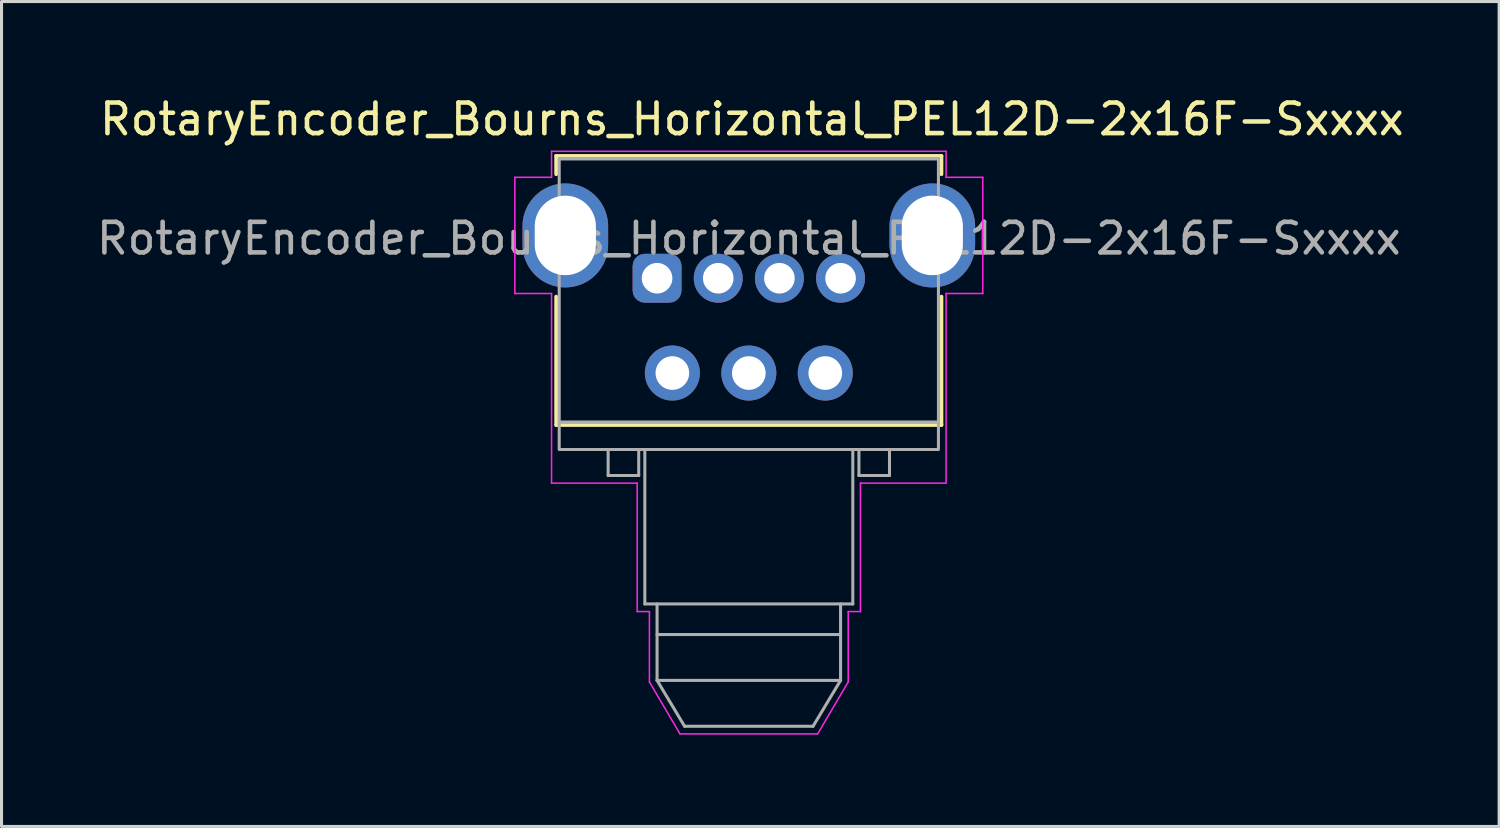
<source format=kicad_pcb>
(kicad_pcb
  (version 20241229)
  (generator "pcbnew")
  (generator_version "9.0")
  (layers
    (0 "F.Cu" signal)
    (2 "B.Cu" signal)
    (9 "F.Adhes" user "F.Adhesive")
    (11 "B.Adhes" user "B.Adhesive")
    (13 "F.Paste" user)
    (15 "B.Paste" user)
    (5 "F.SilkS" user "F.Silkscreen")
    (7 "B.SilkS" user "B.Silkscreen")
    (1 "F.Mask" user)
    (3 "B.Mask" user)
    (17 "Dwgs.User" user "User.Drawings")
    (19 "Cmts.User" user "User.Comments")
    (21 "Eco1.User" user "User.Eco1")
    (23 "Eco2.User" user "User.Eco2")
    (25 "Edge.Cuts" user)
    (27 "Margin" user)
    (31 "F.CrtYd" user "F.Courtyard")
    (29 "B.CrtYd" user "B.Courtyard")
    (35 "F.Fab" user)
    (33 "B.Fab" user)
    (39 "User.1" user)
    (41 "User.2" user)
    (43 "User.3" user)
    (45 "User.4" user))
  (footprint "RotaryEncoder_Bourns_Horizontal_PEL12D-2x16F-Sxxxx"
    (layer "F.Cu")
    (at 18.435 6.048)
    (property "Reference" "RotaryEncoder_Bourns_Horizontal_PEL12D-2x16F-Sxxxx" (at 3.1 -5.2 0) (layer "F.SilkS") (effects (font (size 1 1) (thickness 0.15))))
    (attr through_hole)
    (fp_line (start -3.3 -4) (end -3.3 -3.4) (stroke (width 0.12) (type default)) (layer "F.SilkS"))
    (fp_line (start -3.3 0.6) (end -3.3 4.8) (stroke (width 0.12) (type default)) (layer "F.SilkS"))
    (fp_line (start -3.3 4.8) (end 9.3 4.8) (stroke (width 0.12) (type default)) (layer "F.SilkS"))
    (fp_line (start 9.3 -4) (end -3.3 -4) (stroke (width 0.12) (type default)) (layer "F.SilkS"))
    (fp_line (start 9.3 -3.4) (end 9.3 -4) (stroke (width 0.12) (type default)) (layer "F.SilkS"))
    (fp_line (start 9.3 4.8) (end 9.3 0.6) (stroke (width 0.12) (type default)) (layer "F.SilkS"))
    (fp_line (start -4.65 -3.3) (end -4.65 0.5) (stroke (width 0.05) (type default)) (layer "F.CrtYd"))
    (fp_line (start -4.65 0.5) (end -3.45 0.5) (stroke (width 0.05) (type default)) (layer "F.CrtYd"))
    (fp_line (start -3.45 -4.15) (end -3.45 -3.3) (stroke (width 0.05) (type default)) (layer "F.CrtYd"))
    (fp_line (start -3.45 -3.3) (end -4.65 -3.3) (stroke (width 0.05) (type default)) (layer "F.CrtYd"))
    (fp_line (start -3.45 0.5) (end -3.45 6.7) (stroke (width 0.05) (type default)) (layer "F.CrtYd"))
    (fp_line (start -0.65 6.7) (end -3.45 6.7) (stroke (width 0.05) (type default)) (layer "F.CrtYd"))
    (fp_line (start -0.65 10.9) (end -0.65 6.7) (stroke (width 0.05) (type default)) (layer "F.CrtYd"))
    (fp_line (start -0.65 10.9) (end -0.25 10.9) (stroke (width 0.05) (type default)) (layer "F.CrtYd"))
    (fp_line (start -0.25 10.9) (end -0.25 13.2) (stroke (width 0.05) (type default)) (layer "F.CrtYd"))
    (fp_line (start -0.25 13.2) (end 0.75 14.9) (stroke (width 0.05) (type default)) (layer "F.CrtYd"))
    (fp_line (start 0.75 14.9) (end 5.25 14.9) (stroke (width 0.05) (type default)) (layer "F.CrtYd"))
    (fp_line (start 6.25 10.9) (end 6.65 10.9) (stroke (width 0.05) (type default)) (layer "F.CrtYd"))
    (fp_line (start 6.25 13.2) (end 5.25 14.9) (stroke (width 0.05) (type default)) (layer "F.CrtYd"))
    (fp_line (start 6.25 13.2) (end 6.25 10.9) (stroke (width 0.05) (type default)) (layer "F.CrtYd"))
    (fp_line (start 6.65 6.7) (end 9.45 6.7) (stroke (width 0.05) (type default)) (layer "F.CrtYd"))
    (fp_line (start 6.65 10.9) (end 6.65 6.7) (stroke (width 0.05) (type default)) (layer "F.CrtYd"))
    (fp_line (start 9.45 -4.15) (end -3.45 -4.15) (stroke (width 0.05) (type default)) (layer "F.CrtYd"))
    (fp_line (start 9.45 -3.3) (end 9.45 -4.15) (stroke (width 0.05) (type default)) (layer "F.CrtYd"))
    (fp_line (start 9.45 0.5) (end 10.65 0.5) (stroke (width 0.05) (type default)) (layer "F.CrtYd"))
    (fp_line (start 9.45 6.7) (end 9.45 0.5) (stroke (width 0.05) (type default)) (layer "F.CrtYd"))
    (fp_line (start 10.65 -3.3) (end 9.45 -3.3) (stroke (width 0.05) (type default)) (layer "F.CrtYd"))
    (fp_line (start 10.65 0.5) (end 10.65 -3.3) (stroke (width 0.05) (type default)) (layer "F.CrtYd"))
    (fp_line (start -1.6 5.65) (end -1.6 6.45) (stroke (width 0.1) (type default)) (layer "F.Fab"))
    (fp_line (start -1.6 6.45) (end -0.6 6.45) (stroke (width 0.1) (type default)) (layer "F.Fab"))
    (fp_line (start -0.6 6.45) (end -0.6 5.65) (stroke (width 0.1) (type default)) (layer "F.Fab"))
    (fp_line (start -0.4 10.65) (end -0.4 5.65) (stroke (width 0.1) (type default)) (layer "F.Fab"))
    (fp_line (start 0 13.15) (end 0 10.65) (stroke (width 0.1) (type default)) (layer "F.Fab"))
    (fp_line (start 0 13.15) (end 0.9 14.65) (stroke (width 0.1) (type default)) (layer "F.Fab"))
    (fp_line (start 0.9 14.65) (end 5.1 14.65) (stroke (width 0.1) (type default)) (layer "F.Fab"))
    (fp_line (start 6 10.65) (end 6 13.15) (stroke (width 0.1) (type default)) (layer "F.Fab"))
    (fp_line (start 6 11.65) (end 0 11.65) (stroke (width 0.1) (type default)) (layer "F.Fab"))
    (fp_line (start 6 13.15) (end 0 13.15) (stroke (width 0.1) (type default)) (layer "F.Fab"))
    (fp_line (start 6 13.15) (end 5.1 14.65) (stroke (width 0.1) (type default)) (layer "F.Fab"))
    (fp_line (start 6.4 5.65) (end 6.4 10.65) (stroke (width 0.1) (type default)) (layer "F.Fab"))
    (fp_line (start 6.4 10.65) (end -0.4 10.65) (stroke (width 0.1) (type default)) (layer "F.Fab"))
    (fp_line (start 6.6 6.45) (end 6.6 5.65) (stroke (width 0.1) (type default)) (layer "F.Fab"))
    (fp_line (start 7.6 5.65) (end 7.6 6.45) (stroke (width 0.1) (type default)) (layer "F.Fab"))
    (fp_line (start 7.6 6.45) (end 6.6 6.45) (stroke (width 0.1) (type default)) (layer "F.Fab"))
    (fp_line (start 9.2 4.7) (end -3.2 4.7) (stroke (width 0.1) (type default)) (layer "F.Fab"))
    (fp_rect (start -3.2 -3.9) (end 9.2 5.6) (stroke (width 0.1) (type default)) (fill no) (layer "F.Fab"))
    (fp_text user "${REFERENCE}" (at 3 -1.3 0) (layer "F.Fab") (effects (font (size 1 1) (thickness 0.15))))
    (pad "1" thru_hole roundrect (at 0 0 270) (size 1.6 1.6) (drill 1) (layers "*.Cu" "*.Mask") (roundrect_rratio 0.25))
    (pad "2" thru_hole circle (at 2 0 270) (size 1.6 1.6) (drill 1) (layers "*.Cu" "*.Mask"))
    (pad "3" thru_hole circle (at 4 0 270) (size 1.6 1.6) (drill 1) (layers "*.Cu" "*.Mask"))
    (pad "4" thru_hole circle (at 6 0 270) (size 1.6 1.6) (drill 1) (layers "*.Cu" "*.Mask"))
    (pad "A" thru_hole circle (at 0.5 3.1 270) (size 1.8 1.8) (drill 1.1) (layers "*.Cu" "*.Mask"))
    (pad "B" thru_hole circle (at 3 3.1 270) (size 1.8 1.8) (drill 1.1) (layers "*.Cu" "*.Mask"))
    (pad "C" thru_hole circle (at 5.5 3.1 270) (size 1.8 1.8) (drill 1.1) (layers "*.Cu" "*.Mask"))
    (pad "SH" thru_hole oval (at -3 -1.4 270) (size 3.4 2.8) (drill oval 2.6 2) (layers "*.Cu" "*.Mask"))
    (pad "SH" thru_hole oval (at 9 -1.4 270) (size 3.4 2.8) (drill oval 2.6 2) (layers "*.Cu" "*.Mask"))
    (zone (net_name "") (layer "F.Cu") (hatch edge 0.5) (connect_pads) (min_thickness 0.25) (filled_areas_thickness no) (keepout (tracks not_allowed) (vias not_allowed) (pads not_allowed) (copperpour allowed) (footprints allowed)) (placement (enabled no)) (fill) (polygon (pts (xy 15.735 2.848) (xy 15.735 1.948) (xy 15.035 1.948) (xy 15.035 2.848))))
    (zone (net_name "") (layer "F.Cu") (hatch edge 0.5) (connect_pads) (min_thickness 0.25) (filled_areas_thickness no) (keepout (tracks not_allowed) (vias not_allowed) (pads not_allowed) (copperpour allowed) (footprints allowed)) (placement (enabled no)) (fill) (polygon (pts (xy 27.835 2.848) (xy 27.835 1.948) (xy 27.135 1.948) (xy 27.135 2.848))))
    (zone (net_name "") (layers "F.Cu" "F.Fab") (hatch edge 0.5) (connect_pads) (min_thickness 0.25) (filled_areas_thickness no) (keepout (tracks not_allowed) (vias not_allowed) (pads not_allowed) (copperpour allowed) (footprints allowed)) (placement (enabled no)) (fill) (polygon (pts (xy 15.735 10.948) (xy 15.735 9.648) (xy 14.985 9.648) (xy 14.985 10.948))))
    (zone (net_name "") (layers "F.Cu" "F.Fab") (hatch edge 0.5) (connect_pads) (min_thickness 0.25) (filled_areas_thickness no) (keepout (tracks not_allowed) (vias not_allowed) (pads not_allowed) (copperpour allowed) (footprints allowed)) (placement (enabled no)) (fill) (polygon (pts (xy 27.885 10.948) (xy 27.885 9.648) (xy 27.135 9.648) (xy 27.135 10.948)))))
  (gr_rect
    (start -3 -3)
    (end 45.969 23.973)
    (stroke (width 0.1) (type default))
    (fill no)
    (layer "Edge.Cuts")))
</source>
